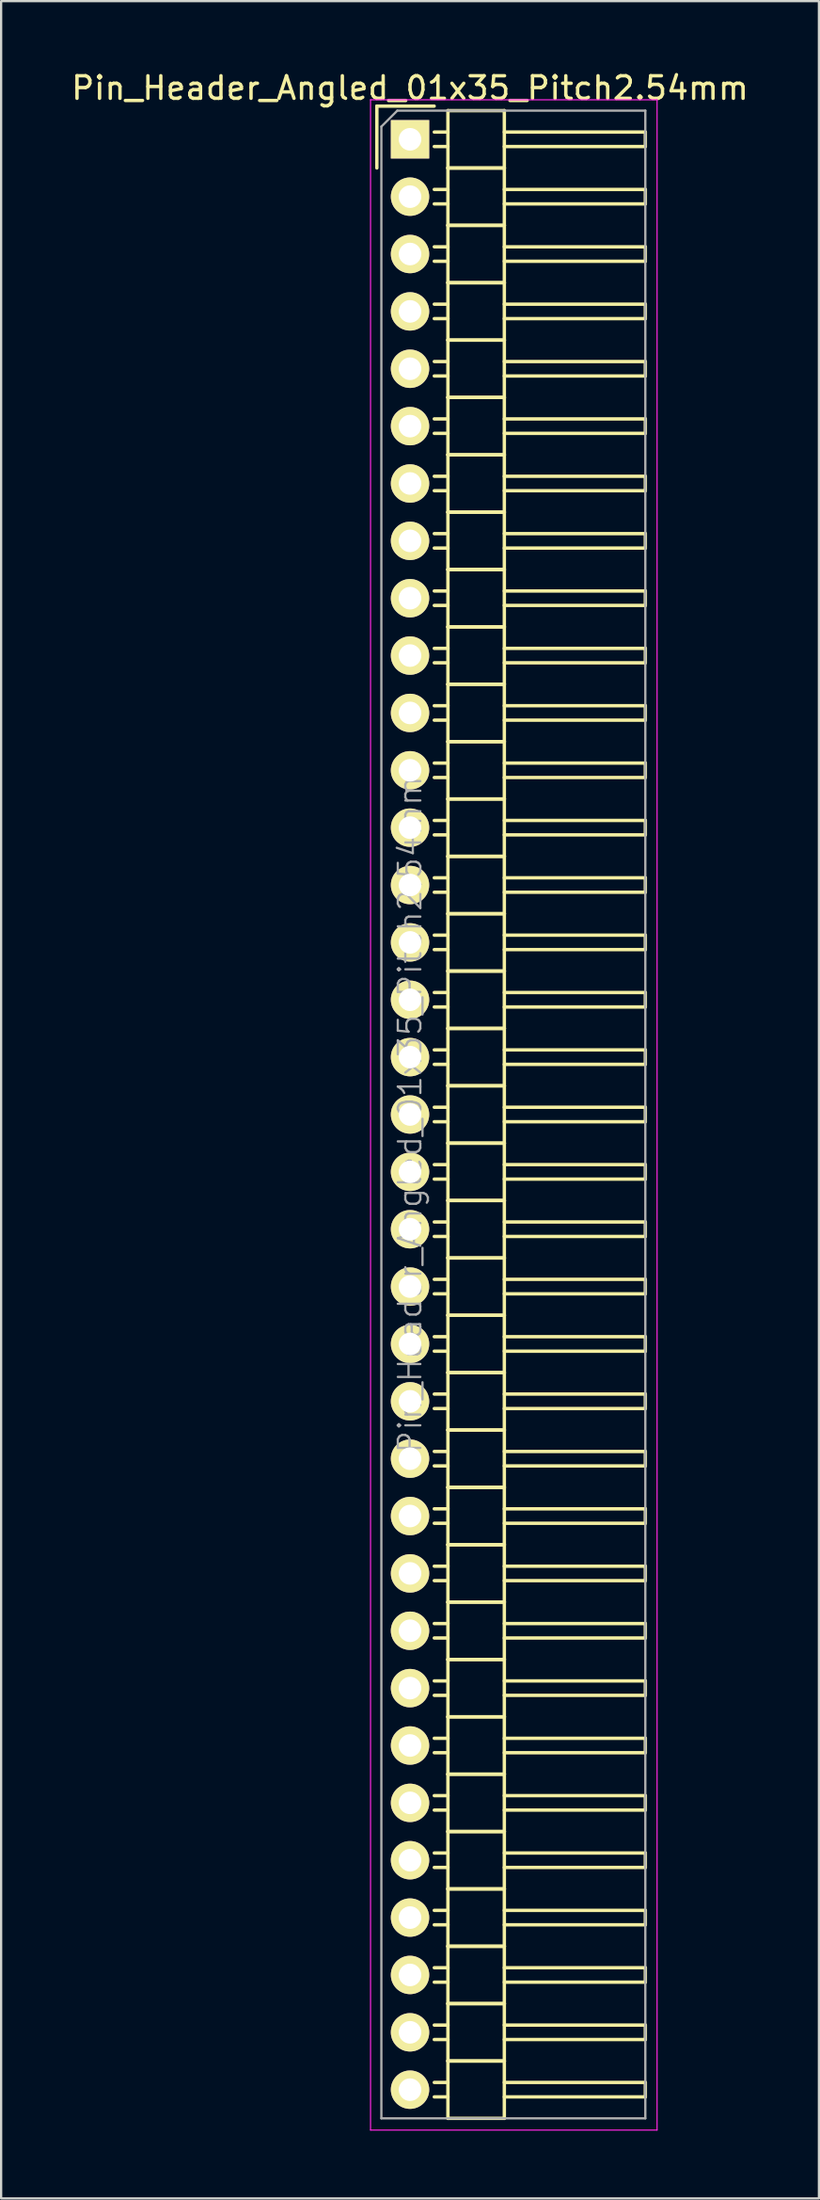
<source format=kicad_pcb>
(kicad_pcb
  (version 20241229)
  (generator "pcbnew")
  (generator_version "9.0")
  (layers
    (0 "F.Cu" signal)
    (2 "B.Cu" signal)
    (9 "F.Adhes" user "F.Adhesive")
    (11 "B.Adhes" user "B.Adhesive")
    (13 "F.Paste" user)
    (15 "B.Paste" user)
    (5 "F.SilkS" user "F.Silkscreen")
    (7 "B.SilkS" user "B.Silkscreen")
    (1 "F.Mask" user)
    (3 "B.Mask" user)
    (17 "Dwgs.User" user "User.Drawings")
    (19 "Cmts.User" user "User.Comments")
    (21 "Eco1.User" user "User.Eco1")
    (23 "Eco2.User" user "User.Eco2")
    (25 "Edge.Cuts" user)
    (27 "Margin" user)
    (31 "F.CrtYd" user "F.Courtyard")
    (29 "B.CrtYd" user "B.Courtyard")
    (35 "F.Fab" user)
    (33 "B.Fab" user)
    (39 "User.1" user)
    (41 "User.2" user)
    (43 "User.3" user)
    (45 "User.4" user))
  (footprint "Pin_Header_Angled_01x35_Pitch2.54mm"
    (layer "F.Cu")
    (at 15.125 3.118)
    (property "Reference" "Pin_Header_Angled_01x35_Pitch2.54mm" (at 0 -2.27 0) (layer "F.SilkS") (effects (font (size 1 1) (thickness 0.15))))
    (attr smd)
    (fp_line (start -1.47 -1.47) (end -1.47 1.27) (stroke (width 0.15) (type solid)) (layer "F.SilkS"))
    (fp_line (start -1.47 -1.47) (end 1.07 -1.47) (stroke (width 0.15) (type solid)) (layer "F.SilkS"))
    (fp_line (start 1.68 -0.32) (end 1.075 -0.32) (stroke (width 0.15) (type solid)) (layer "F.SilkS"))
    (fp_line (start 1.68 0.32) (end 1.075 0.32) (stroke (width 0.15) (type solid)) (layer "F.SilkS"))
    (fp_line (start 1.68 1.27) (end 1.68 -1.27) (stroke (width 0.15) (type solid)) (layer "F.SilkS"))
    (fp_line (start 1.68 2.22) (end 1.075 2.22) (stroke (width 0.15) (type solid)) (layer "F.SilkS"))
    (fp_line (start 1.68 2.86) (end 1.075 2.86) (stroke (width 0.15) (type solid)) (layer "F.SilkS"))
    (fp_line (start 1.68 3.81) (end 1.68 1.27) (stroke (width 0.15) (type solid)) (layer "F.SilkS"))
    (fp_line (start 1.68 4.76) (end 1.075 4.76) (stroke (width 0.15) (type solid)) (layer "F.SilkS"))
    (fp_line (start 1.68 5.4) (end 1.075 5.4) (stroke (width 0.15) (type solid)) (layer "F.SilkS"))
    (fp_line (start 1.68 6.35) (end 1.68 3.81) (stroke (width 0.15) (type solid)) (layer "F.SilkS"))
    (fp_line (start 1.68 7.3) (end 1.075 7.3) (stroke (width 0.15) (type solid)) (layer "F.SilkS"))
    (fp_line (start 1.68 7.94) (end 1.075 7.94) (stroke (width 0.15) (type solid)) (layer "F.SilkS"))
    (fp_line (start 1.68 8.89) (end 1.68 6.35) (stroke (width 0.15) (type solid)) (layer "F.SilkS"))
    (fp_line (start 1.68 9.84) (end 1.075 9.84) (stroke (width 0.15) (type solid)) (layer "F.SilkS"))
    (fp_line (start 1.68 10.48) (end 1.075 10.48) (stroke (width 0.15) (type solid)) (layer "F.SilkS"))
    (fp_line (start 1.68 11.43) (end 1.68 8.89) (stroke (width 0.15) (type solid)) (layer "F.SilkS"))
    (fp_line (start 1.68 12.38) (end 1.075 12.38) (stroke (width 0.15) (type solid)) (layer "F.SilkS"))
    (fp_line (start 1.68 13.02) (end 1.075 13.02) (stroke (width 0.15) (type solid)) (layer "F.SilkS"))
    (fp_line (start 1.68 13.97) (end 1.68 11.43) (stroke (width 0.15) (type solid)) (layer "F.SilkS"))
    (fp_line (start 1.68 14.92) (end 1.075 14.92) (stroke (width 0.15) (type solid)) (layer "F.SilkS"))
    (fp_line (start 1.68 15.56) (end 1.075 15.56) (stroke (width 0.15) (type solid)) (layer "F.SilkS"))
    (fp_line (start 1.68 16.51) (end 1.68 13.97) (stroke (width 0.15) (type solid)) (layer "F.SilkS"))
    (fp_line (start 1.68 17.46) (end 1.075 17.46) (stroke (width 0.15) (type solid)) (layer "F.SilkS"))
    (fp_line (start 1.68 18.1) (end 1.075 18.1) (stroke (width 0.15) (type solid)) (layer "F.SilkS"))
    (fp_line (start 1.68 19.05) (end 1.68 16.51) (stroke (width 0.15) (type solid)) (layer "F.SilkS"))
    (fp_line (start 1.68 20) (end 1.075 20) (stroke (width 0.15) (type solid)) (layer "F.SilkS"))
    (fp_line (start 1.68 20.64) (end 1.075 20.64) (stroke (width 0.15) (type solid)) (layer "F.SilkS"))
    (fp_line (start 1.68 21.59) (end 1.68 19.05) (stroke (width 0.15) (type solid)) (layer "F.SilkS"))
    (fp_line (start 1.68 22.54) (end 1.075 22.54) (stroke (width 0.15) (type solid)) (layer "F.SilkS"))
    (fp_line (start 1.68 23.18) (end 1.075 23.18) (stroke (width 0.15) (type solid)) (layer "F.SilkS"))
    (fp_line (start 1.68 24.13) (end 1.68 21.59) (stroke (width 0.15) (type solid)) (layer "F.SilkS"))
    (fp_line (start 1.68 25.08) (end 1.075 25.08) (stroke (width 0.15) (type solid)) (layer "F.SilkS"))
    (fp_line (start 1.68 25.72) (end 1.075 25.72) (stroke (width 0.15) (type solid)) (layer "F.SilkS"))
    (fp_line (start 1.68 26.67) (end 1.68 24.13) (stroke (width 0.15) (type solid)) (layer "F.SilkS"))
    (fp_line (start 1.68 27.62) (end 1.075 27.62) (stroke (width 0.15) (type solid)) (layer "F.SilkS"))
    (fp_line (start 1.68 28.26) (end 1.075 28.26) (stroke (width 0.15) (type solid)) (layer "F.SilkS"))
    (fp_line (start 1.68 29.21) (end 1.68 26.67) (stroke (width 0.15) (type solid)) (layer "F.SilkS"))
    (fp_line (start 1.68 30.16) (end 1.075 30.16) (stroke (width 0.15) (type solid)) (layer "F.SilkS"))
    (fp_line (start 1.68 30.8) (end 1.075 30.8) (stroke (width 0.15) (type solid)) (layer "F.SilkS"))
    (fp_line (start 1.68 31.75) (end 1.68 29.21) (stroke (width 0.15) (type solid)) (layer "F.SilkS"))
    (fp_line (start 1.68 32.7) (end 1.075 32.7) (stroke (width 0.15) (type solid)) (layer "F.SilkS"))
    (fp_line (start 1.68 33.34) (end 1.075 33.34) (stroke (width 0.15) (type solid)) (layer "F.SilkS"))
    (fp_line (start 1.68 34.29) (end 1.68 31.75) (stroke (width 0.15) (type solid)) (layer "F.SilkS"))
    (fp_line (start 1.68 35.24) (end 1.075 35.24) (stroke (width 0.15) (type solid)) (layer "F.SilkS"))
    (fp_line (start 1.68 35.88) (end 1.075 35.88) (stroke (width 0.15) (type solid)) (layer "F.SilkS"))
    (fp_line (start 1.68 36.83) (end 1.68 34.29) (stroke (width 0.15) (type solid)) (layer "F.SilkS"))
    (fp_line (start 1.68 37.78) (end 1.075 37.78) (stroke (width 0.15) (type solid)) (layer "F.SilkS"))
    (fp_line (start 1.68 38.42) (end 1.075 38.42) (stroke (width 0.15) (type solid)) (layer "F.SilkS"))
    (fp_line (start 1.68 39.37) (end 1.68 36.83) (stroke (width 0.15) (type solid)) (layer "F.SilkS"))
    (fp_line (start 1.68 40.32) (end 1.075 40.32) (stroke (width 0.15) (type solid)) (layer "F.SilkS"))
    (fp_line (start 1.68 40.96) (end 1.075 40.96) (stroke (width 0.15) (type solid)) (layer "F.SilkS"))
    (fp_line (start 1.68 41.91) (end 1.68 39.37) (stroke (width 0.15) (type solid)) (layer "F.SilkS"))
    (fp_line (start 1.68 42.86) (end 1.075 42.86) (stroke (width 0.15) (type solid)) (layer "F.SilkS"))
    (fp_line (start 1.68 43.5) (end 1.075 43.5) (stroke (width 0.15) (type solid)) (layer "F.SilkS"))
    (fp_line (start 1.68 44.45) (end 1.68 41.91) (stroke (width 0.15) (type solid)) (layer "F.SilkS"))
    (fp_line (start 1.68 45.4) (end 1.075 45.4) (stroke (width 0.15) (type solid)) (layer "F.SilkS"))
    (fp_line (start 1.68 46.04) (end 1.075 46.04) (stroke (width 0.15) (type solid)) (layer "F.SilkS"))
    (fp_line (start 1.68 46.99) (end 1.68 44.45) (stroke (width 0.15) (type solid)) (layer "F.SilkS"))
    (fp_line (start 1.68 47.94) (end 1.075 47.94) (stroke (width 0.15) (type solid)) (layer "F.SilkS"))
    (fp_line (start 1.68 48.58) (end 1.075 48.58) (stroke (width 0.15) (type solid)) (layer "F.SilkS"))
    (fp_line (start 1.68 49.53) (end 1.68 46.99) (stroke (width 0.15) (type solid)) (layer "F.SilkS"))
    (fp_line (start 1.68 50.48) (end 1.075 50.48) (stroke (width 0.15) (type solid)) (layer "F.SilkS"))
    (fp_line (start 1.68 51.12) (end 1.075 51.12) (stroke (width 0.15) (type solid)) (layer "F.SilkS"))
    (fp_line (start 1.68 52.07) (end 1.68 49.53) (stroke (width 0.15) (type solid)) (layer "F.SilkS"))
    (fp_line (start 1.68 53.02) (end 1.075 53.02) (stroke (width 0.15) (type solid)) (layer "F.SilkS"))
    (fp_line (start 1.68 53.66) (end 1.075 53.66) (stroke (width 0.15) (type solid)) (layer "F.SilkS"))
    (fp_line (start 1.68 54.61) (end 1.68 52.07) (stroke (width 0.15) (type solid)) (layer "F.SilkS"))
    (fp_line (start 1.68 55.56) (end 1.075 55.56) (stroke (width 0.15) (type solid)) (layer "F.SilkS"))
    (fp_line (start 1.68 56.2) (end 1.075 56.2) (stroke (width 0.15) (type solid)) (layer "F.SilkS"))
    (fp_line (start 1.68 57.15) (end 1.68 54.61) (stroke (width 0.15) (type solid)) (layer "F.SilkS"))
    (fp_line (start 1.68 58.1) (end 1.075 58.1) (stroke (width 0.15) (type solid)) (layer "F.SilkS"))
    (fp_line (start 1.68 58.74) (end 1.075 58.74) (stroke (width 0.15) (type solid)) (layer "F.SilkS"))
    (fp_line (start 1.68 59.69) (end 1.68 57.15) (stroke (width 0.15) (type solid)) (layer "F.SilkS"))
    (fp_line (start 1.68 60.64) (end 1.075 60.64) (stroke (width 0.15) (type solid)) (layer "F.SilkS"))
    (fp_line (start 1.68 61.28) (end 1.075 61.28) (stroke (width 0.15) (type solid)) (layer "F.SilkS"))
    (fp_line (start 1.68 62.23) (end 1.68 59.69) (stroke (width 0.15) (type solid)) (layer "F.SilkS"))
    (fp_line (start 1.68 63.18) (end 1.075 63.18) (stroke (width 0.15) (type solid)) (layer "F.SilkS"))
    (fp_line (start 1.68 63.82) (end 1.075 63.82) (stroke (width 0.15) (type solid)) (layer "F.SilkS"))
    (fp_line (start 1.68 64.77) (end 1.68 62.23) (stroke (width 0.15) (type solid)) (layer "F.SilkS"))
    (fp_line (start 1.68 65.72) (end 1.075 65.72) (stroke (width 0.15) (type solid)) (layer "F.SilkS"))
    (fp_line (start 1.68 66.36) (end 1.075 66.36) (stroke (width 0.15) (type solid)) (layer "F.SilkS"))
    (fp_line (start 1.68 67.31) (end 1.68 64.77) (stroke (width 0.15) (type solid)) (layer "F.SilkS"))
    (fp_line (start 1.68 68.26) (end 1.075 68.26) (stroke (width 0.15) (type solid)) (layer "F.SilkS"))
    (fp_line (start 1.68 68.9) (end 1.075 68.9) (stroke (width 0.15) (type solid)) (layer "F.SilkS"))
    (fp_line (start 1.68 69.85) (end 1.68 67.31) (stroke (width 0.15) (type solid)) (layer "F.SilkS"))
    (fp_line (start 1.68 70.8) (end 1.075 70.8) (stroke (width 0.15) (type solid)) (layer "F.SilkS"))
    (fp_line (start 1.68 71.44) (end 1.075 71.44) (stroke (width 0.15) (type solid)) (layer "F.SilkS"))
    (fp_line (start 1.68 72.39) (end 1.68 69.85) (stroke (width 0.15) (type solid)) (layer "F.SilkS"))
    (fp_line (start 1.68 73.34) (end 1.075 73.34) (stroke (width 0.15) (type solid)) (layer "F.SilkS"))
    (fp_line (start 1.68 73.98) (end 1.075 73.98) (stroke (width 0.15) (type solid)) (layer "F.SilkS"))
    (fp_line (start 1.68 74.93) (end 1.68 72.39) (stroke (width 0.15) (type solid)) (layer "F.SilkS"))
    (fp_line (start 1.68 75.88) (end 1.075 75.88) (stroke (width 0.15) (type solid)) (layer "F.SilkS"))
    (fp_line (start 1.68 76.52) (end 1.075 76.52) (stroke (width 0.15) (type solid)) (layer "F.SilkS"))
    (fp_line (start 1.68 77.47) (end 1.68 74.93) (stroke (width 0.15) (type solid)) (layer "F.SilkS"))
    (fp_line (start 1.68 78.42) (end 1.075 78.42) (stroke (width 0.15) (type solid)) (layer "F.SilkS"))
    (fp_line (start 1.68 79.06) (end 1.075 79.06) (stroke (width 0.15) (type solid)) (layer "F.SilkS"))
    (fp_line (start 1.68 80.01) (end 1.68 77.47) (stroke (width 0.15) (type solid)) (layer "F.SilkS"))
    (fp_line (start 1.68 80.96) (end 1.075 80.96) (stroke (width 0.15) (type solid)) (layer "F.SilkS"))
    (fp_line (start 1.68 81.6) (end 1.075 81.6) (stroke (width 0.15) (type solid)) (layer "F.SilkS"))
    (fp_line (start 1.68 82.55) (end 1.68 80.01) (stroke (width 0.15) (type solid)) (layer "F.SilkS"))
    (fp_line (start 1.68 83.5) (end 1.075 83.5) (stroke (width 0.15) (type solid)) (layer "F.SilkS"))
    (fp_line (start 1.68 84.14) (end 1.075 84.14) (stroke (width 0.15) (type solid)) (layer "F.SilkS"))
    (fp_line (start 1.68 85.09) (end 1.68 82.55) (stroke (width 0.15) (type solid)) (layer "F.SilkS"))
    (fp_line (start 1.68 86.04) (end 1.075 86.04) (stroke (width 0.15) (type solid)) (layer "F.SilkS"))
    (fp_line (start 1.68 86.68) (end 1.075 86.68) (stroke (width 0.15) (type solid)) (layer "F.SilkS"))
    (fp_line (start 1.68 87.63) (end 1.68 85.09) (stroke (width 0.15) (type solid)) (layer "F.SilkS"))
    (fp_line (start 4.18 -1.27) (end 1.68 -1.27) (stroke (width 0.15) (type solid)) (layer "F.SilkS"))
    (fp_line (start 4.18 -0.32) (end 10.43 -0.32) (stroke (width 0.15) (type solid)) (layer "F.SilkS"))
    (fp_line (start 4.18 0.32) (end 10.43 0.32) (stroke (width 0.15) (type solid)) (layer "F.SilkS"))
    (fp_line (start 4.18 1.27) (end 1.68 1.27) (stroke (width 0.15) (type solid)) (layer "F.SilkS"))
    (fp_line (start 4.18 1.27) (end 1.68 1.27) (stroke (width 0.15) (type solid)) (layer "F.SilkS"))
    (fp_line (start 4.18 1.27) (end 4.18 -1.27) (stroke (width 0.15) (type solid)) (layer "F.SilkS"))
    (fp_line (start 4.18 2.22) (end 10.43 2.22) (stroke (width 0.15) (type solid)) (layer "F.SilkS"))
    (fp_line (start 4.18 2.86) (end 10.43 2.86) (stroke (width 0.15) (type solid)) (layer "F.SilkS"))
    (fp_line (start 4.18 3.81) (end 1.68 3.81) (stroke (width 0.15) (type solid)) (layer "F.SilkS"))
    (fp_line (start 4.18 3.81) (end 1.68 3.81) (stroke (width 0.15) (type solid)) (layer "F.SilkS"))
    (fp_line (start 4.18 3.81) (end 4.18 1.27) (stroke (width 0.15) (type solid)) (layer "F.SilkS"))
    (fp_line (start 4.18 4.76) (end 10.43 4.76) (stroke (width 0.15) (type solid)) (layer "F.SilkS"))
    (fp_line (start 4.18 5.4) (end 10.43 5.4) (stroke (width 0.15) (type solid)) (layer "F.SilkS"))
    (fp_line (start 4.18 6.35) (end 1.68 6.35) (stroke (width 0.15) (type solid)) (layer "F.SilkS"))
    (fp_line (start 4.18 6.35) (end 1.68 6.35) (stroke (width 0.15) (type solid)) (layer "F.SilkS"))
    (fp_line (start 4.18 6.35) (end 4.18 3.81) (stroke (width 0.15) (type solid)) (layer "F.SilkS"))
    (fp_line (start 4.18 7.3) (end 10.43 7.3) (stroke (width 0.15) (type solid)) (layer "F.SilkS"))
    (fp_line (start 4.18 7.94) (end 10.43 7.94) (stroke (width 0.15) (type solid)) (layer "F.SilkS"))
    (fp_line (start 4.18 8.89) (end 1.68 8.89) (stroke (width 0.15) (type solid)) (layer "F.SilkS"))
    (fp_line (start 4.18 8.89) (end 1.68 8.89) (stroke (width 0.15) (type solid)) (layer "F.SilkS"))
    (fp_line (start 4.18 8.89) (end 4.18 6.35) (stroke (width 0.15) (type solid)) (layer "F.SilkS"))
    (fp_line (start 4.18 9.84) (end 10.43 9.84) (stroke (width 0.15) (type solid)) (layer "F.SilkS"))
    (fp_line (start 4.18 10.48) (end 10.43 10.48) (stroke (width 0.15) (type solid)) (layer "F.SilkS"))
    (fp_line (start 4.18 11.43) (end 1.68 11.43) (stroke (width 0.15) (type solid)) (layer "F.SilkS"))
    (fp_line (start 4.18 11.43) (end 1.68 11.43) (stroke (width 0.15) (type solid)) (layer "F.SilkS"))
    (fp_line (start 4.18 11.43) (end 4.18 8.89) (stroke (width 0.15) (type solid)) (layer "F.SilkS"))
    (fp_line (start 4.18 12.38) (end 10.43 12.38) (stroke (width 0.15) (type solid)) (layer "F.SilkS"))
    (fp_line (start 4.18 13.02) (end 10.43 13.02) (stroke (width 0.15) (type solid)) (layer "F.SilkS"))
    (fp_line (start 4.18 13.97) (end 1.68 13.97) (stroke (width 0.15) (type solid)) (layer "F.SilkS"))
    (fp_line (start 4.18 13.97) (end 1.68 13.97) (stroke (width 0.15) (type solid)) (layer "F.SilkS"))
    (fp_line (start 4.18 13.97) (end 4.18 11.43) (stroke (width 0.15) (type solid)) (layer "F.SilkS"))
    (fp_line (start 4.18 14.92) (end 10.43 14.92) (stroke (width 0.15) (type solid)) (layer "F.SilkS"))
    (fp_line (start 4.18 15.56) (end 10.43 15.56) (stroke (width 0.15) (type solid)) (layer "F.SilkS"))
    (fp_line (start 4.18 16.51) (end 1.68 16.51) (stroke (width 0.15) (type solid)) (layer "F.SilkS"))
    (fp_line (start 4.18 16.51) (end 1.68 16.51) (stroke (width 0.15) (type solid)) (layer "F.SilkS"))
    (fp_line (start 4.18 16.51) (end 4.18 13.97) (stroke (width 0.15) (type solid)) (layer "F.SilkS"))
    (fp_line (start 4.18 17.46) (end 10.43 17.46) (stroke (width 0.15) (type solid)) (layer "F.SilkS"))
    (fp_line (start 4.18 18.1) (end 10.43 18.1) (stroke (width 0.15) (type solid)) (layer "F.SilkS"))
    (fp_line (start 4.18 19.05) (end 1.68 19.05) (stroke (width 0.15) (type solid)) (layer "F.SilkS"))
    (fp_line (start 4.18 19.05) (end 1.68 19.05) (stroke (width 0.15) (type solid)) (layer "F.SilkS"))
    (fp_line (start 4.18 19.05) (end 4.18 16.51) (stroke (width 0.15) (type solid)) (layer "F.SilkS"))
    (fp_line (start 4.18 20) (end 10.43 20) (stroke (width 0.15) (type solid)) (layer "F.SilkS"))
    (fp_line (start 4.18 20.64) (end 10.43 20.64) (stroke (width 0.15) (type solid)) (layer "F.SilkS"))
    (fp_line (start 4.18 21.59) (end 1.68 21.59) (stroke (width 0.15) (type solid)) (layer "F.SilkS"))
    (fp_line (start 4.18 21.59) (end 1.68 21.59) (stroke (width 0.15) (type solid)) (layer "F.SilkS"))
    (fp_line (start 4.18 21.59) (end 4.18 19.05) (stroke (width 0.15) (type solid)) (layer "F.SilkS"))
    (fp_line (start 4.18 22.54) (end 10.43 22.54) (stroke (width 0.15) (type solid)) (layer "F.SilkS"))
    (fp_line (start 4.18 23.18) (end 10.43 23.18) (stroke (width 0.15) (type solid)) (layer "F.SilkS"))
    (fp_line (start 4.18 24.13) (end 1.68 24.13) (stroke (width 0.15) (type solid)) (layer "F.SilkS"))
    (fp_line (start 4.18 24.13) (end 1.68 24.13) (stroke (width 0.15) (type solid)) (layer "F.SilkS"))
    (fp_line (start 4.18 24.13) (end 4.18 21.59) (stroke (width 0.15) (type solid)) (layer "F.SilkS"))
    (fp_line (start 4.18 25.08) (end 10.43 25.08) (stroke (width 0.15) (type solid)) (layer "F.SilkS"))
    (fp_line (start 4.18 25.72) (end 10.43 25.72) (stroke (width 0.15) (type solid)) (layer "F.SilkS"))
    (fp_line (start 4.18 26.67) (end 1.68 26.67) (stroke (width 0.15) (type solid)) (layer "F.SilkS"))
    (fp_line (start 4.18 26.67) (end 1.68 26.67) (stroke (width 0.15) (type solid)) (layer "F.SilkS"))
    (fp_line (start 4.18 26.67) (end 4.18 24.13) (stroke (width 0.15) (type solid)) (layer "F.SilkS"))
    (fp_line (start 4.18 27.62) (end 10.43 27.62) (stroke (width 0.15) (type solid)) (layer "F.SilkS"))
    (fp_line (start 4.18 28.26) (end 10.43 28.26) (stroke (width 0.15) (type solid)) (layer "F.SilkS"))
    (fp_line (start 4.18 29.21) (end 1.68 29.21) (stroke (width 0.15) (type solid)) (layer "F.SilkS"))
    (fp_line (start 4.18 29.21) (end 1.68 29.21) (stroke (width 0.15) (type solid)) (layer "F.SilkS"))
    (fp_line (start 4.18 29.21) (end 4.18 26.67) (stroke (width 0.15) (type solid)) (layer "F.SilkS"))
    (fp_line (start 4.18 30.16) (end 10.43 30.16) (stroke (width 0.15) (type solid)) (layer "F.SilkS"))
    (fp_line (start 4.18 30.8) (end 10.43 30.8) (stroke (width 0.15) (type solid)) (layer "F.SilkS"))
    (fp_line (start 4.18 31.75) (end 1.68 31.75) (stroke (width 0.15) (type solid)) (layer "F.SilkS"))
    (fp_line (start 4.18 31.75) (end 1.68 31.75) (stroke (width 0.15) (type solid)) (layer "F.SilkS"))
    (fp_line (start 4.18 31.75) (end 4.18 29.21) (stroke (width 0.15) (type solid)) (layer "F.SilkS"))
    (fp_line (start 4.18 32.7) (end 10.43 32.7) (stroke (width 0.15) (type solid)) (layer "F.SilkS"))
    (fp_line (start 4.18 33.34) (end 10.43 33.34) (stroke (width 0.15) (type solid)) (layer "F.SilkS"))
    (fp_line (start 4.18 34.29) (end 1.68 34.29) (stroke (width 0.15) (type solid)) (layer "F.SilkS"))
    (fp_line (start 4.18 34.29) (end 1.68 34.29) (stroke (width 0.15) (type solid)) (layer "F.SilkS"))
    (fp_line (start 4.18 34.29) (end 4.18 31.75) (stroke (width 0.15) (type solid)) (layer "F.SilkS"))
    (fp_line (start 4.18 35.24) (end 10.43 35.24) (stroke (width 0.15) (type solid)) (layer "F.SilkS"))
    (fp_line (start 4.18 35.88) (end 10.43 35.88) (stroke (width 0.15) (type solid)) (layer "F.SilkS"))
    (fp_line (start 4.18 36.83) (end 1.68 36.83) (stroke (width 0.15) (type solid)) (layer "F.SilkS"))
    (fp_line (start 4.18 36.83) (end 1.68 36.83) (stroke (width 0.15) (type solid)) (layer "F.SilkS"))
    (fp_line (start 4.18 36.83) (end 4.18 34.29) (stroke (width 0.15) (type solid)) (layer "F.SilkS"))
    (fp_line (start 4.18 37.78) (end 10.43 37.78) (stroke (width 0.15) (type solid)) (layer "F.SilkS"))
    (fp_line (start 4.18 38.42) (end 10.43 38.42) (stroke (width 0.15) (type solid)) (layer "F.SilkS"))
    (fp_line (start 4.18 39.37) (end 1.68 39.37) (stroke (width 0.15) (type solid)) (layer "F.SilkS"))
    (fp_line (start 4.18 39.37) (end 1.68 39.37) (stroke (width 0.15) (type solid)) (layer "F.SilkS"))
    (fp_line (start 4.18 39.37) (end 4.18 36.83) (stroke (width 0.15) (type solid)) (layer "F.SilkS"))
    (fp_line (start 4.18 40.32) (end 10.43 40.32) (stroke (width 0.15) (type solid)) (layer "F.SilkS"))
    (fp_line (start 4.18 40.96) (end 10.43 40.96) (stroke (width 0.15) (type solid)) (layer "F.SilkS"))
    (fp_line (start 4.18 41.91) (end 1.68 41.91) (stroke (width 0.15) (type solid)) (layer "F.SilkS"))
    (fp_line (start 4.18 41.91) (end 1.68 41.91) (stroke (width 0.15) (type solid)) (layer "F.SilkS"))
    (fp_line (start 4.18 41.91) (end 4.18 39.37) (stroke (width 0.15) (type solid)) (layer "F.SilkS"))
    (fp_line (start 4.18 42.86) (end 10.43 42.86) (stroke (width 0.15) (type solid)) (layer "F.SilkS"))
    (fp_line (start 4.18 43.5) (end 10.43 43.5) (stroke (width 0.15) (type solid)) (layer "F.SilkS"))
    (fp_line (start 4.18 44.45) (end 1.68 44.45) (stroke (width 0.15) (type solid)) (layer "F.SilkS"))
    (fp_line (start 4.18 44.45) (end 1.68 44.45) (stroke (width 0.15) (type solid)) (layer "F.SilkS"))
    (fp_line (start 4.18 44.45) (end 4.18 41.91) (stroke (width 0.15) (type solid)) (layer "F.SilkS"))
    (fp_line (start 4.18 45.4) (end 10.43 45.4) (stroke (width 0.15) (type solid)) (layer "F.SilkS"))
    (fp_line (start 4.18 46.04) (end 10.43 46.04) (stroke (width 0.15) (type solid)) (layer "F.SilkS"))
    (fp_line (start 4.18 46.99) (end 1.68 46.99) (stroke (width 0.15) (type solid)) (layer "F.SilkS"))
    (fp_line (start 4.18 46.99) (end 1.68 46.99) (stroke (width 0.15) (type solid)) (layer "F.SilkS"))
    (fp_line (start 4.18 46.99) (end 4.18 44.45) (stroke (width 0.15) (type solid)) (layer "F.SilkS"))
    (fp_line (start 4.18 47.94) (end 10.43 47.94) (stroke (width 0.15) (type solid)) (layer "F.SilkS"))
    (fp_line (start 4.18 48.58) (end 10.43 48.58) (stroke (width 0.15) (type solid)) (layer "F.SilkS"))
    (fp_line (start 4.18 49.53) (end 1.68 49.53) (stroke (width 0.15) (type solid)) (layer "F.SilkS"))
    (fp_line (start 4.18 49.53) (end 1.68 49.53) (stroke (width 0.15) (type solid)) (layer "F.SilkS"))
    (fp_line (start 4.18 49.53) (end 4.18 46.99) (stroke (width 0.15) (type solid)) (layer "F.SilkS"))
    (fp_line (start 4.18 50.48) (end 10.43 50.48) (stroke (width 0.15) (type solid)) (layer "F.SilkS"))
    (fp_line (start 4.18 51.12) (end 10.43 51.12) (stroke (width 0.15) (type solid)) (layer "F.SilkS"))
    (fp_line (start 4.18 52.07) (end 1.68 52.07) (stroke (width 0.15) (type solid)) (layer "F.SilkS"))
    (fp_line (start 4.18 52.07) (end 1.68 52.07) (stroke (width 0.15) (type solid)) (layer "F.SilkS"))
    (fp_line (start 4.18 52.07) (end 4.18 49.53) (stroke (width 0.15) (type solid)) (layer "F.SilkS"))
    (fp_line (start 4.18 53.02) (end 10.43 53.02) (stroke (width 0.15) (type solid)) (layer "F.SilkS"))
    (fp_line (start 4.18 53.66) (end 10.43 53.66) (stroke (width 0.15) (type solid)) (layer "F.SilkS"))
    (fp_line (start 4.18 54.61) (end 1.68 54.61) (stroke (width 0.15) (type solid)) (layer "F.SilkS"))
    (fp_line (start 4.18 54.61) (end 1.68 54.61) (stroke (width 0.15) (type solid)) (layer "F.SilkS"))
    (fp_line (start 4.18 54.61) (end 4.18 52.07) (stroke (width 0.15) (type solid)) (layer "F.SilkS"))
    (fp_line (start 4.18 55.56) (end 10.43 55.56) (stroke (width 0.15) (type solid)) (layer "F.SilkS"))
    (fp_line (start 4.18 56.2) (end 10.43 56.2) (stroke (width 0.15) (type solid)) (layer "F.SilkS"))
    (fp_line (start 4.18 57.15) (end 1.68 57.15) (stroke (width 0.15) (type solid)) (layer "F.SilkS"))
    (fp_line (start 4.18 57.15) (end 1.68 57.15) (stroke (width 0.15) (type solid)) (layer "F.SilkS"))
    (fp_line (start 4.18 57.15) (end 4.18 54.61) (stroke (width 0.15) (type solid)) (layer "F.SilkS"))
    (fp_line (start 4.18 58.1) (end 10.43 58.1) (stroke (width 0.15) (type solid)) (layer "F.SilkS"))
    (fp_line (start 4.18 58.74) (end 10.43 58.74) (stroke (width 0.15) (type solid)) (layer "F.SilkS"))
    (fp_line (start 4.18 59.69) (end 1.68 59.69) (stroke (width 0.15) (type solid)) (layer "F.SilkS"))
    (fp_line (start 4.18 59.69) (end 1.68 59.69) (stroke (width 0.15) (type solid)) (layer "F.SilkS"))
    (fp_line (start 4.18 59.69) (end 4.18 57.15) (stroke (width 0.15) (type solid)) (layer "F.SilkS"))
    (fp_line (start 4.18 60.64) (end 10.43 60.64) (stroke (width 0.15) (type solid)) (layer "F.SilkS"))
    (fp_line (start 4.18 61.28) (end 10.43 61.28) (stroke (width 0.15) (type solid)) (layer "F.SilkS"))
    (fp_line (start 4.18 62.23) (end 1.68 62.23) (stroke (width 0.15) (type solid)) (layer "F.SilkS"))
    (fp_line (start 4.18 62.23) (end 1.68 62.23) (stroke (width 0.15) (type solid)) (layer "F.SilkS"))
    (fp_line (start 4.18 62.23) (end 4.18 59.69) (stroke (width 0.15) (type solid)) (layer "F.SilkS"))
    (fp_line (start 4.18 63.18) (end 10.43 63.18) (stroke (width 0.15) (type solid)) (layer "F.SilkS"))
    (fp_line (start 4.18 63.82) (end 10.43 63.82) (stroke (width 0.15) (type solid)) (layer "F.SilkS"))
    (fp_line (start 4.18 64.77) (end 1.68 64.77) (stroke (width 0.15) (type solid)) (layer "F.SilkS"))
    (fp_line (start 4.18 64.77) (end 1.68 64.77) (stroke (width 0.15) (type solid)) (layer "F.SilkS"))
    (fp_line (start 4.18 64.77) (end 4.18 62.23) (stroke (width 0.15) (type solid)) (layer "F.SilkS"))
    (fp_line (start 4.18 65.72) (end 10.43 65.72) (stroke (width 0.15) (type solid)) (layer "F.SilkS"))
    (fp_line (start 4.18 66.36) (end 10.43 66.36) (stroke (width 0.15) (type solid)) (layer "F.SilkS"))
    (fp_line (start 4.18 67.31) (end 1.68 67.31) (stroke (width 0.15) (type solid)) (layer "F.SilkS"))
    (fp_line (start 4.18 67.31) (end 1.68 67.31) (stroke (width 0.15) (type solid)) (layer "F.SilkS"))
    (fp_line (start 4.18 67.31) (end 4.18 64.77) (stroke (width 0.15) (type solid)) (layer "F.SilkS"))
    (fp_line (start 4.18 68.26) (end 10.43 68.26) (stroke (width 0.15) (type solid)) (layer "F.SilkS"))
    (fp_line (start 4.18 68.9) (end 10.43 68.9) (stroke (width 0.15) (type solid)) (layer "F.SilkS"))
    (fp_line (start 4.18 69.85) (end 1.68 69.85) (stroke (width 0.15) (type solid)) (layer "F.SilkS"))
    (fp_line (start 4.18 69.85) (end 1.68 69.85) (stroke (width 0.15) (type solid)) (layer "F.SilkS"))
    (fp_line (start 4.18 69.85) (end 4.18 67.31) (stroke (width 0.15) (type solid)) (layer "F.SilkS"))
    (fp_line (start 4.18 70.8) (end 10.43 70.8) (stroke (width 0.15) (type solid)) (layer "F.SilkS"))
    (fp_line (start 4.18 71.44) (end 10.43 71.44) (stroke (width 0.15) (type solid)) (layer "F.SilkS"))
    (fp_line (start 4.18 72.39) (end 1.68 72.39) (stroke (width 0.15) (type solid)) (layer "F.SilkS"))
    (fp_line (start 4.18 72.39) (end 1.68 72.39) (stroke (width 0.15) (type solid)) (layer "F.SilkS"))
    (fp_line (start 4.18 72.39) (end 4.18 69.85) (stroke (width 0.15) (type solid)) (layer "F.SilkS"))
    (fp_line (start 4.18 73.34) (end 10.43 73.34) (stroke (width 0.15) (type solid)) (layer "F.SilkS"))
    (fp_line (start 4.18 73.98) (end 10.43 73.98) (stroke (width 0.15) (type solid)) (layer "F.SilkS"))
    (fp_line (start 4.18 74.93) (end 1.68 74.93) (stroke (width 0.15) (type solid)) (layer "F.SilkS"))
    (fp_line (start 4.18 74.93) (end 1.68 74.93) (stroke (width 0.15) (type solid)) (layer "F.SilkS"))
    (fp_line (start 4.18 74.93) (end 4.18 72.39) (stroke (width 0.15) (type solid)) (layer "F.SilkS"))
    (fp_line (start 4.18 75.88) (end 10.43 75.88) (stroke (width 0.15) (type solid)) (layer "F.SilkS"))
    (fp_line (start 4.18 76.52) (end 10.43 76.52) (stroke (width 0.15) (type solid)) (layer "F.SilkS"))
    (fp_line (start 4.18 77.47) (end 1.68 77.47) (stroke (width 0.15) (type solid)) (layer "F.SilkS"))
    (fp_line (start 4.18 77.47) (end 1.68 77.47) (stroke (width 0.15) (type solid)) (layer "F.SilkS"))
    (fp_line (start 4.18 77.47) (end 4.18 74.93) (stroke (width 0.15) (type solid)) (layer "F.SilkS"))
    (fp_line (start 4.18 78.42) (end 10.43 78.42) (stroke (width 0.15) (type solid)) (layer "F.SilkS"))
    (fp_line (start 4.18 79.06) (end 10.43 79.06) (stroke (width 0.15) (type solid)) (layer "F.SilkS"))
    (fp_line (start 4.18 80.01) (end 1.68 80.01) (stroke (width 0.15) (type solid)) (layer "F.SilkS"))
    (fp_line (start 4.18 80.01) (end 1.68 80.01) (stroke (width 0.15) (type solid)) (layer "F.SilkS"))
    (fp_line (start 4.18 80.01) (end 4.18 77.47) (stroke (width 0.15) (type solid)) (layer "F.SilkS"))
    (fp_line (start 4.18 80.96) (end 10.43 80.96) (stroke (width 0.15) (type solid)) (layer "F.SilkS"))
    (fp_line (start 4.18 81.6) (end 10.43 81.6) (stroke (width 0.15) (type solid)) (layer "F.SilkS"))
    (fp_line (start 4.18 82.55) (end 1.68 82.55) (stroke (width 0.15) (type solid)) (layer "F.SilkS"))
    (fp_line (start 4.18 82.55) (end 1.68 82.55) (stroke (width 0.15) (type solid)) (layer "F.SilkS"))
    (fp_line (start 4.18 82.55) (end 4.18 80.01) (stroke (width 0.15) (type solid)) (layer "F.SilkS"))
    (fp_line (start 4.18 83.5) (end 10.43 83.5) (stroke (width 0.15) (type solid)) (layer "F.SilkS"))
    (fp_line (start 4.18 84.14) (end 10.43 84.14) (stroke (width 0.15) (type solid)) (layer "F.SilkS"))
    (fp_line (start 4.18 85.09) (end 1.68 85.09) (stroke (width 0.15) (type solid)) (layer "F.SilkS"))
    (fp_line (start 4.18 85.09) (end 1.68 85.09) (stroke (width 0.15) (type solid)) (layer "F.SilkS"))
    (fp_line (start 4.18 85.09) (end 4.18 82.55) (stroke (width 0.15) (type solid)) (layer "F.SilkS"))
    (fp_line (start 4.18 86.04) (end 10.43 86.04) (stroke (width 0.15) (type solid)) (layer "F.SilkS"))
    (fp_line (start 4.18 86.68) (end 10.43 86.68) (stroke (width 0.15) (type solid)) (layer "F.SilkS"))
    (fp_line (start 4.18 87.63) (end 1.68 87.63) (stroke (width 0.15) (type solid)) (layer "F.SilkS"))
    (fp_line (start 4.18 87.63) (end 4.18 85.09) (stroke (width 0.15) (type solid)) (layer "F.SilkS"))
    (fp_line (start 10.43 0.32) (end 10.43 -0.32) (stroke (width 0.15) (type solid)) (layer "F.SilkS"))
    (fp_line (start 10.43 2.86) (end 10.43 2.22) (stroke (width 0.15) (type solid)) (layer "F.SilkS"))
    (fp_line (start 10.43 5.4) (end 10.43 4.76) (stroke (width 0.15) (type solid)) (layer "F.SilkS"))
    (fp_line (start 10.43 7.94) (end 10.43 7.3) (stroke (width 0.15) (type solid)) (layer "F.SilkS"))
    (fp_line (start 10.43 10.48) (end 10.43 9.84) (stroke (width 0.15) (type solid)) (layer "F.SilkS"))
    (fp_line (start 10.43 13.02) (end 10.43 12.38) (stroke (width 0.15) (type solid)) (layer "F.SilkS"))
    (fp_line (start 10.43 15.56) (end 10.43 14.92) (stroke (width 0.15) (type solid)) (layer "F.SilkS"))
    (fp_line (start 10.43 18.1) (end 10.43 17.46) (stroke (width 0.15) (type solid)) (layer "F.SilkS"))
    (fp_line (start 10.43 20.64) (end 10.43 20) (stroke (width 0.15) (type solid)) (layer "F.SilkS"))
    (fp_line (start 10.43 23.18) (end 10.43 22.54) (stroke (width 0.15) (type solid)) (layer "F.SilkS"))
    (fp_line (start 10.43 25.72) (end 10.43 25.08) (stroke (width 0.15) (type solid)) (layer "F.SilkS"))
    (fp_line (start 10.43 28.26) (end 10.43 27.62) (stroke (width 0.15) (type solid)) (layer "F.SilkS"))
    (fp_line (start 10.43 30.8) (end 10.43 30.16) (stroke (width 0.15) (type solid)) (layer "F.SilkS"))
    (fp_line (start 10.43 33.34) (end 10.43 32.7) (stroke (width 0.15) (type solid)) (layer "F.SilkS"))
    (fp_line (start 10.43 35.88) (end 10.43 35.24) (stroke (width 0.15) (type solid)) (layer "F.SilkS"))
    (fp_line (start 10.43 38.42) (end 10.43 37.78) (stroke (width 0.15) (type solid)) (layer "F.SilkS"))
    (fp_line (start 10.43 40.96) (end 10.43 40.32) (stroke (width 0.15) (type solid)) (layer "F.SilkS"))
    (fp_line (start 10.43 43.5) (end 10.43 42.86) (stroke (width 0.15) (type solid)) (layer "F.SilkS"))
    (fp_line (start 10.43 46.04) (end 10.43 45.4) (stroke (width 0.15) (type solid)) (layer "F.SilkS"))
    (fp_line (start 10.43 48.58) (end 10.43 47.94) (stroke (width 0.15) (type solid)) (layer "F.SilkS"))
    (fp_line (start 10.43 51.12) (end 10.43 50.48) (stroke (width 0.15) (type solid)) (layer "F.SilkS"))
    (fp_line (start 10.43 53.66) (end 10.43 53.02) (stroke (width 0.15) (type solid)) (layer "F.SilkS"))
    (fp_line (start 10.43 56.2) (end 10.43 55.56) (stroke (width 0.15) (type solid)) (layer "F.SilkS"))
    (fp_line (start 10.43 58.74) (end 10.43 58.1) (stroke (width 0.15) (type solid)) (layer "F.SilkS"))
    (fp_line (start 10.43 61.28) (end 10.43 60.64) (stroke (width 0.15) (type solid)) (layer "F.SilkS"))
    (fp_line (start 10.43 63.82) (end 10.43 63.18) (stroke (width 0.15) (type solid)) (layer "F.SilkS"))
    (fp_line (start 10.43 66.36) (end 10.43 65.72) (stroke (width 0.15) (type solid)) (layer "F.SilkS"))
    (fp_line (start 10.43 68.9) (end 10.43 68.26) (stroke (width 0.15) (type solid)) (layer "F.SilkS"))
    (fp_line (start 10.43 71.44) (end 10.43 70.8) (stroke (width 0.15) (type solid)) (layer "F.SilkS"))
    (fp_line (start 10.43 73.98) (end 10.43 73.34) (stroke (width 0.15) (type solid)) (layer "F.SilkS"))
    (fp_line (start 10.43 76.52) (end 10.43 75.88) (stroke (width 0.15) (type solid)) (layer "F.SilkS"))
    (fp_line (start 10.43 79.06) (end 10.43 78.42) (stroke (width 0.15) (type solid)) (layer "F.SilkS"))
    (fp_line (start 10.43 81.6) (end 10.43 80.96) (stroke (width 0.15) (type solid)) (layer "F.SilkS"))
    (fp_line (start 10.43 84.14) (end 10.43 83.5) (stroke (width 0.15) (type solid)) (layer "F.SilkS"))
    (fp_line (start 10.43 86.68) (end 10.43 86.04) (stroke (width 0.15) (type solid)) (layer "F.SilkS"))
    (fp_line (start -1.75 -1.75) (end -1.75 88.15) (stroke (width 0.05) (type solid)) (layer "F.CrtYd"))
    (fp_line (start 10.95 -1.75) (end -1.75 -1.75) (stroke (width 0.05) (type solid)) (layer "F.CrtYd"))
    (fp_line (start 10.95 -1.75) (end 10.95 88.15) (stroke (width 0.05) (type solid)) (layer "F.CrtYd"))
    (fp_line (start 10.95 88.15) (end -1.75 88.15) (stroke (width 0.05) (type solid)) (layer "F.CrtYd"))
    (fp_line (start -1.27 -0.563) (end -0.563 -1.27) (stroke (width 0.1) (type solid)) (layer "F.Fab"))
    (fp_line (start -1.27 87.63) (end -1.27 -0.563) (stroke (width 0.1) (type solid)) (layer "F.Fab"))
    (fp_line (start 10.43 -1.27) (end -0.563 -1.27) (stroke (width 0.1) (type solid)) (layer "F.Fab"))
    (fp_line (start 10.43 87.63) (end -1.27 87.63) (stroke (width 0.1) (type solid)) (layer "F.Fab"))
    (fp_line (start 10.43 87.63) (end 10.43 -1.27) (stroke (width 0.1) (type solid)) (layer "F.Fab"))
    (fp_text user "${REFERENCE}" (at 0 43.18 90) (layer "F.Fab") (effects (font (size 1 1) (thickness 0.1))))
    (pad "1" thru_hole rect (at 0 0) (size 1.7 1.7) (drill 1) (layers "*.Cu" "*.Mask" "F.SilkS"))
    (pad "2" thru_hole oval (at 0 2.54) (size 1.7 1.7) (drill 1) (layers "*.Cu" "*.Mask" "F.SilkS"))
    (pad "3" thru_hole oval (at 0 5.08) (size 1.7 1.7) (drill 1) (layers "*.Cu" "*.Mask" "F.SilkS"))
    (pad "4" thru_hole oval (at 0 7.62) (size 1.7 1.7) (drill 1) (layers "*.Cu" "*.Mask" "F.SilkS"))
    (pad "5" thru_hole oval (at 0 10.16) (size 1.7 1.7) (drill 1) (layers "*.Cu" "*.Mask" "F.SilkS"))
    (pad "6" thru_hole oval (at 0 12.7) (size 1.7 1.7) (drill 1) (layers "*.Cu" "*.Mask" "F.SilkS"))
    (pad "7" thru_hole oval (at 0 15.24) (size 1.7 1.7) (drill 1) (layers "*.Cu" "*.Mask" "F.SilkS"))
    (pad "8" thru_hole oval (at 0 17.78) (size 1.7 1.7) (drill 1) (layers "*.Cu" "*.Mask" "F.SilkS"))
    (pad "9" thru_hole oval (at 0 20.32) (size 1.7 1.7) (drill 1) (layers "*.Cu" "*.Mask" "F.SilkS"))
    (pad "10" thru_hole oval (at 0 22.86) (size 1.7 1.7) (drill 1) (layers "*.Cu" "*.Mask" "F.SilkS"))
    (pad "11" thru_hole oval (at 0 25.4) (size 1.7 1.7) (drill 1) (layers "*.Cu" "*.Mask" "F.SilkS"))
    (pad "12" thru_hole oval (at 0 27.94) (size 1.7 1.7) (drill 1) (layers "*.Cu" "*.Mask" "F.SilkS"))
    (pad "13" thru_hole oval (at 0 30.48) (size 1.7 1.7) (drill 1) (layers "*.Cu" "*.Mask" "F.SilkS"))
    (pad "14" thru_hole oval (at 0 33.02) (size 1.7 1.7) (drill 1) (layers "*.Cu" "*.Mask" "F.SilkS"))
    (pad "15" thru_hole oval (at 0 35.56) (size 1.7 1.7) (drill 1) (layers "*.Cu" "*.Mask" "F.SilkS"))
    (pad "16" thru_hole oval (at 0 38.1) (size 1.7 1.7) (drill 1) (layers "*.Cu" "*.Mask" "F.SilkS"))
    (pad "17" thru_hole oval (at 0 40.64) (size 1.7 1.7) (drill 1) (layers "*.Cu" "*.Mask" "F.SilkS"))
    (pad "18" thru_hole oval (at 0 43.18) (size 1.7 1.7) (drill 1) (layers "*.Cu" "*.Mask" "F.SilkS"))
    (pad "19" thru_hole oval (at 0 45.72) (size 1.7 1.7) (drill 1) (layers "*.Cu" "*.Mask" "F.SilkS"))
    (pad "20" thru_hole oval (at 0 48.26) (size 1.7 1.7) (drill 1) (layers "*.Cu" "*.Mask" "F.SilkS"))
    (pad "21" thru_hole oval (at 0 50.8) (size 1.7 1.7) (drill 1) (layers "*.Cu" "*.Mask" "F.SilkS"))
    (pad "22" thru_hole oval (at 0 53.34) (size 1.7 1.7) (drill 1) (layers "*.Cu" "*.Mask" "F.SilkS"))
    (pad "23" thru_hole oval (at 0 55.88) (size 1.7 1.7) (drill 1) (layers "*.Cu" "*.Mask" "F.SilkS"))
    (pad "24" thru_hole oval (at 0 58.42) (size 1.7 1.7) (drill 1) (layers "*.Cu" "*.Mask" "F.SilkS"))
    (pad "25" thru_hole oval (at 0 60.96) (size 1.7 1.7) (drill 1) (layers "*.Cu" "*.Mask" "F.SilkS"))
    (pad "26" thru_hole oval (at 0 63.5) (size 1.7 1.7) (drill 1) (layers "*.Cu" "*.Mask" "F.SilkS"))
    (pad "27" thru_hole oval (at 0 66.04) (size 1.7 1.7) (drill 1) (layers "*.Cu" "*.Mask" "F.SilkS"))
    (pad "28" thru_hole oval (at 0 68.58) (size 1.7 1.7) (drill 1) (layers "*.Cu" "*.Mask" "F.SilkS"))
    (pad "29" thru_hole oval (at 0 71.12) (size 1.7 1.7) (drill 1) (layers "*.Cu" "*.Mask" "F.SilkS"))
    (pad "30" thru_hole oval (at 0 73.66) (size 1.7 1.7) (drill 1) (layers "*.Cu" "*.Mask" "F.SilkS"))
    (pad "31" thru_hole oval (at 0 76.2) (size 1.7 1.7) (drill 1) (layers "*.Cu" "*.Mask" "F.SilkS"))
    (pad "32" thru_hole oval (at 0 78.74) (size 1.7 1.7) (drill 1) (layers "*.Cu" "*.Mask" "F.SilkS"))
    (pad "33" thru_hole oval (at 0 81.28) (size 1.7 1.7) (drill 1) (layers "*.Cu" "*.Mask" "F.SilkS"))
    (pad "34" thru_hole oval (at 0 83.82) (size 1.7 1.7) (drill 1) (layers "*.Cu" "*.Mask" "F.SilkS"))
    (pad "35" thru_hole oval (at 0 86.36) (size 1.7 1.7) (drill 1) (layers "*.Cu" "*.Mask" "F.SilkS")))
  (gr_rect
    (start -3 -3)
    (end 33.25 94.293)
    (stroke (width 0.1) (type default))
    (fill no)
    (layer "Edge.Cuts")))
</source>
